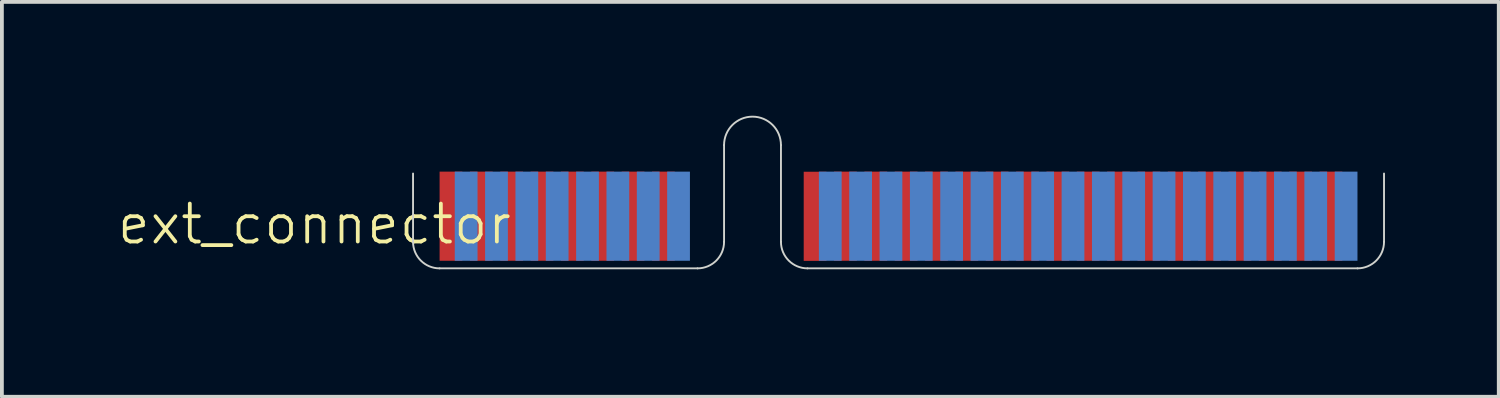
<source format=kicad_pcb>
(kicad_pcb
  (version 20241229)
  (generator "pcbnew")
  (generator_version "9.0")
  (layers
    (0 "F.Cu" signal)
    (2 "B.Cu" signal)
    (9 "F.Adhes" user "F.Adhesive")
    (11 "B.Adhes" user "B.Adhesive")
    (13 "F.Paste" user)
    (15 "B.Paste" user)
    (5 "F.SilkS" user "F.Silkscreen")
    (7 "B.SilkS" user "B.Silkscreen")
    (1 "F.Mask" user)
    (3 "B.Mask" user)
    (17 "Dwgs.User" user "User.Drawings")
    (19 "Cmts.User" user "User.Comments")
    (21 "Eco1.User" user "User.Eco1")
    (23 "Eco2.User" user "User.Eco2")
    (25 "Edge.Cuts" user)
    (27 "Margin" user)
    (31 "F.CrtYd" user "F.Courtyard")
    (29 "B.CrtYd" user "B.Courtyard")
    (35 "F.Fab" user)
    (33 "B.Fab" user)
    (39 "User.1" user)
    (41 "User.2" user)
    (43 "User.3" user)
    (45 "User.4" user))
  (footprint "ext_connector"
    (layer "F.Cu")
    (at 16.84 4.16)
    (property "Reference" "ext_connector" (at -11.6 -1.3 0) (unlocked yes) (layer "F.SilkS") (effects (font (size 1 1) (thickness 0.1))))
    (attr through_hole)
    (fp_line (start -9 -0.835) (end -9 -2.635) (stroke (width 0.05) (type solid)) (layer "Edge.Cuts"))
    (fp_line (start -1.5 -0.135) (end -8.3 -0.135) (stroke (width 0.05) (type solid)) (layer "Edge.Cuts"))
    (fp_line (start -0.8 -0.835) (end -0.8 -3.385) (stroke (width 0.05) (type solid)) (layer "Edge.Cuts"))
    (fp_line (start 0.7 -0.835) (end 0.7 -3.385) (stroke (width 0.05) (type solid)) (layer "Edge.Cuts"))
    (fp_line (start 1.4 -0.135) (end 15.9 -0.135) (stroke (width 0.05) (type solid)) (layer "Edge.Cuts"))
    (fp_line (start 16.6 -0.835) (end 16.6 -2.635) (stroke (width 0.05) (type solid)) (layer "Edge.Cuts"))
    (fp_arc (start -8.3 -0.1345) (mid -8.794975 -0.339525) (end -9 -0.8345) (stroke (width 0.05) (type default)) (layer "Edge.Cuts"))
    (fp_arc (start -0.8 -3.3845) (mid -0.05 -4.1345) (end 0.7 -3.3845) (stroke (width 0.05) (type solid)) (layer "Edge.Cuts"))
    (fp_arc (start -0.8 -0.8345) (mid -1.005025 -0.339525) (end -1.5 -0.1345) (stroke (width 0.05) (type default)) (layer "Edge.Cuts"))
    (fp_arc (start 1.4 -0.1345) (mid 0.905025 -0.339525) (end 0.7 -0.8345) (stroke (width 0.05) (type default)) (layer "Edge.Cuts"))
    (fp_arc (start 16.6 -0.8345) (mid 16.394975 -0.339525) (end 15.9 -0.1345) (stroke (width 0.05) (type default)) (layer "Edge.Cuts"))
    (pad "1" smd rect (at -8 -1.51) (size 0.6 2.35) (layers "F.Cu" "F.Mask"))
    (pad "2" smd rect (at -7.6 -1.51) (size 0.6 2.35) (layers "B.Cu" "B.Mask"))
    (pad "3" smd rect (at -7.2 -1.51) (size 0.6 2.35) (layers "F.Cu" "F.Mask"))
    (pad "4" smd rect (at -6.8 -1.51) (size 0.6 2.35) (layers "B.Cu" "B.Mask"))
    (pad "5" smd rect (at -6.4 -1.51) (size 0.6 2.35) (layers "F.Cu" "F.Mask"))
    (pad "6" smd rect (at -6 -1.51) (size 0.6 2.35) (layers "B.Cu" "B.Mask"))
    (pad "7" smd rect (at -5.6 -1.51) (size 0.6 2.35) (layers "F.Cu" "F.Mask"))
    (pad "8" smd rect (at -5.2 -1.51) (size 0.6 2.35) (layers "B.Cu" "B.Mask"))
    (pad "9" smd rect (at -4.8 -1.51) (size 0.6 2.35) (layers "F.Cu" "F.Mask"))
    (pad "10" smd rect (at -4.4 -1.51) (size 0.6 2.35) (layers "B.Cu" "B.Mask"))
    (pad "11" smd rect (at -4 -1.51) (size 0.6 2.35) (layers "F.Cu" "F.Mask"))
    (pad "12" smd rect (at -3.6 -1.51) (size 0.6 2.35) (layers "B.Cu" "B.Mask"))
    (pad "13" smd rect (at -3.2 -1.51) (size 0.6 2.35) (layers "F.Cu" "F.Mask"))
    (pad "14" smd rect (at -2.8 -1.51) (size 0.6 2.35) (layers "B.Cu" "B.Mask"))
    (pad "15" smd rect (at -2.4 -1.51) (size 0.6 2.35) (layers "F.Cu" "F.Mask"))
    (pad "16" smd rect (at -2 -1.51) (size 0.6 2.35) (layers "B.Cu" "B.Mask"))
    (pad "17" smd rect (at 1.6 -1.507) (size 0.6 2.35) (layers "F.Cu" "F.Mask"))
    (pad "18" smd rect (at 2 -1.51) (size 0.6 2.35) (layers "B.Cu" "B.Mask"))
    (pad "19" smd rect (at 2.4 -1.51) (size 0.6 2.35) (layers "F.Cu" "F.Mask"))
    (pad "20" smd rect (at 2.8 -1.51) (size 0.6 2.35) (layers "B.Cu" "B.Mask"))
    (pad "21" smd rect (at 3.2 -1.51) (size 0.6 2.35) (layers "F.Cu" "F.Mask"))
    (pad "22" smd rect (at 3.6 -1.51) (size 0.6 2.35) (layers "B.Cu" "B.Mask"))
    (pad "23" smd rect (at 4 -1.51) (size 0.6 2.35) (layers "F.Cu" "F.Mask"))
    (pad "24" smd rect (at 4.4 -1.51) (size 0.6 2.35) (layers "B.Cu" "B.Mask"))
    (pad "25" smd rect (at 4.8 -1.51) (size 0.6 2.35) (layers "F.Cu" "F.Mask"))
    (pad "26" smd rect (at 5.2 -1.51) (size 0.6 2.35) (layers "B.Cu" "B.Mask"))
    (pad "27" smd rect (at 5.6 -1.51) (size 0.6 2.35) (layers "F.Cu" "F.Mask"))
    (pad "28" smd rect (at 6 -1.51) (size 0.6 2.35) (layers "B.Cu" "B.Mask"))
    (pad "29" smd rect (at 6.4 -1.51) (size 0.6 2.35) (layers "F.Cu" "F.Mask"))
    (pad "30" smd rect (at 6.8 -1.51) (size 0.6 2.35) (layers "B.Cu" "B.Mask"))
    (pad "31" smd rect (at 7.2 -1.51) (size 0.6 2.35) (layers "F.Cu" "F.Mask"))
    (pad "32" smd rect (at 7.6 -1.51) (size 0.6 2.35) (layers "B.Cu" "B.Mask"))
    (pad "33" smd rect (at 8 -1.51) (size 0.6 2.35) (layers "F.Cu" "F.Mask"))
    (pad "34" smd rect (at 8.4 -1.51) (size 0.6 2.35) (layers "B.Cu" "B.Mask"))
    (pad "35" smd rect (at 8.8 -1.51) (size 0.6 2.35) (layers "F.Cu" "F.Mask"))
    (pad "36" smd rect (at 9.2 -1.51) (size 0.6 2.35) (layers "B.Cu" "B.Mask"))
    (pad "37" smd rect (at 9.6 -1.51) (size 0.6 2.35) (layers "F.Cu" "F.Mask"))
    (pad "38" smd rect (at 10 -1.51) (size 0.6 2.35) (layers "B.Cu" "B.Mask"))
    (pad "39" smd rect (at 10.4 -1.51) (size 0.6 2.35) (layers "F.Cu" "F.Mask"))
    (pad "40" smd rect (at 10.8 -1.51) (size 0.6 2.35) (layers "B.Cu" "B.Mask"))
    (pad "41" smd rect (at 11.2 -1.51) (size 0.6 2.35) (layers "F.Cu" "F.Mask"))
    (pad "42" smd rect (at 11.6 -1.51) (size 0.6 2.35) (layers "B.Cu" "B.Mask"))
    (pad "43" smd rect (at 12 -1.51) (size 0.6 2.35) (layers "F.Cu" "F.Mask"))
    (pad "44" smd rect (at 12.4 -1.51) (size 0.6 2.35) (layers "B.Cu" "B.Mask"))
    (pad "45" smd rect (at 12.8 -1.51) (size 0.6 2.35) (layers "F.Cu" "F.Mask"))
    (pad "46" smd rect (at 13.2 -1.51) (size 0.6 2.35) (layers "B.Cu" "B.Mask"))
    (pad "47" smd rect (at 13.6 -1.51) (size 0.6 2.35) (layers "F.Cu" "F.Mask"))
    (pad "48" smd rect (at 14 -1.51) (size 0.6 2.35) (layers "B.Cu" "B.Mask"))
    (pad "49" smd rect (at 14.4 -1.51) (size 0.6 2.35) (layers "F.Cu" "F.Mask"))
    (pad "50" smd rect (at 14.8 -1.51) (size 0.6 2.35) (layers "B.Cu" "B.Mask"))
    (pad "51" smd rect (at 15.2 -1.51) (size 0.6 2.35) (layers "F.Cu" "F.Mask"))
    (pad "52" smd rect (at 15.6 -1.51) (size 0.6 2.35) (layers "B.Cu" "B.Mask")))
  (gr_rect
    (start -3 -3)
    (end 36.465 7.41)
    (stroke (width 0.1) (type default))
    (fill no)
    (layer "Edge.Cuts")))
</source>
